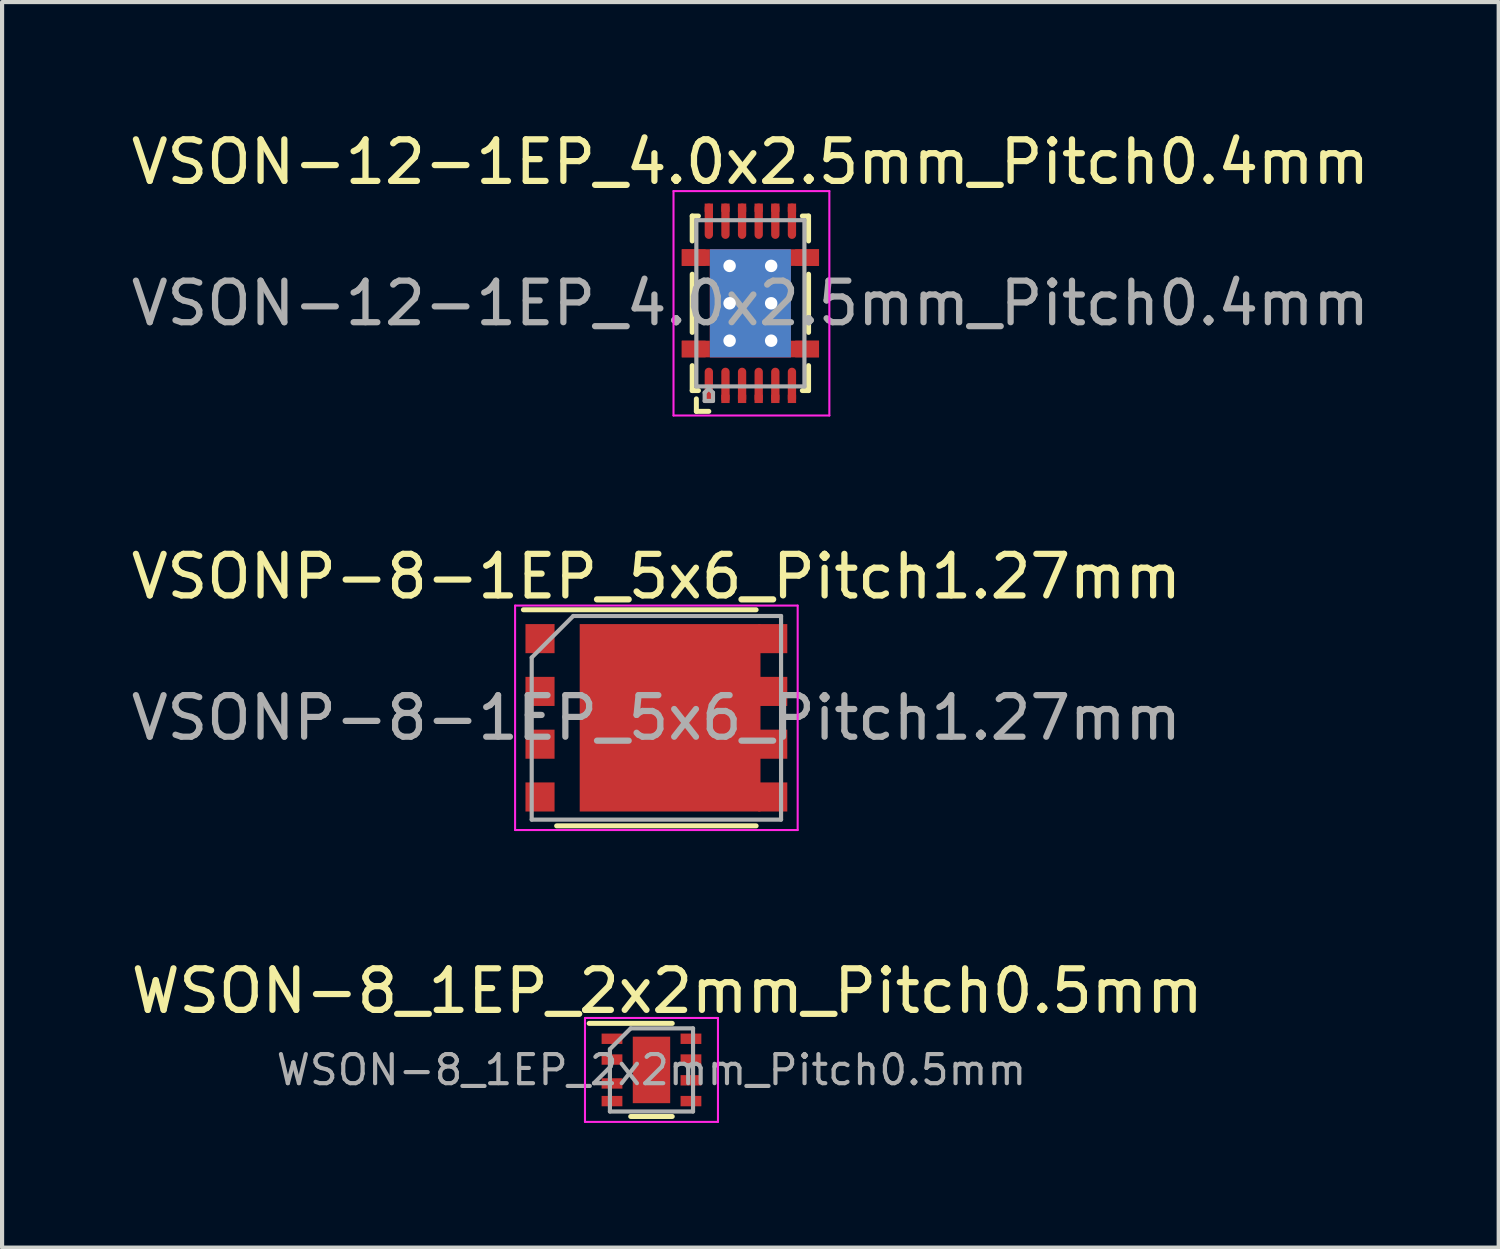
<source format=kicad_pcb>
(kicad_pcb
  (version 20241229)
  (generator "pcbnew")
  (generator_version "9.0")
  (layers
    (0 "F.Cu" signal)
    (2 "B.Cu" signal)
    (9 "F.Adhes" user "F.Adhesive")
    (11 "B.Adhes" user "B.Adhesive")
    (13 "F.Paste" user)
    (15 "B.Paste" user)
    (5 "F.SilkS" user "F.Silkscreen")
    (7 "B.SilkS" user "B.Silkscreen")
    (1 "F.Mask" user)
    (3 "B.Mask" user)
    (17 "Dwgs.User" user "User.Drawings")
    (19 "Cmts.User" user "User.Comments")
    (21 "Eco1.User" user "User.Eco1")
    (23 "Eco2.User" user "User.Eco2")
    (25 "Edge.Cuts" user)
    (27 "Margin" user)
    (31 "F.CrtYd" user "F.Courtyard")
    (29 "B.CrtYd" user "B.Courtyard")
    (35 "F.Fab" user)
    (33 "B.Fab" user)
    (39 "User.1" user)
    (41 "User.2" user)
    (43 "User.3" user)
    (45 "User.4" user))
  (footprint "WSON-8_1EP_2x2mm_Pitch0.5mm"
    (layer "F.Cu")
    (at 12.626 22.695)
    (property "Reference" "WSON-8_1EP_2x2mm_Pitch0.5mm" (at 0.38 -1.9 0) (layer "F.SilkS") (effects (font (size 1 1) (thickness 0.15))))
    (attr smd)
    (fp_line (start -1.5 -1.12) (end 0.5 -1.12) (stroke (width 0.12) (type solid)) (layer "F.SilkS"))
    (fp_line (start 0.5 1.12) (end -0.5 1.12) (stroke (width 0.12) (type solid)) (layer "F.SilkS"))
    (fp_line (start -1.6 -1.25) (end -1.6 1.25) (stroke (width 0.05) (type solid)) (layer "F.CrtYd"))
    (fp_line (start -1.6 -1.25) (end 1.6 -1.25) (stroke (width 0.05) (type solid)) (layer "F.CrtYd"))
    (fp_line (start -1.6 1.25) (end 1.6 1.25) (stroke (width 0.05) (type solid)) (layer "F.CrtYd"))
    (fp_line (start 1.6 -1.25) (end 1.6 1.25) (stroke (width 0.05) (type solid)) (layer "F.CrtYd"))
    (fp_line (start -1 1) (end -1 -0.5) (stroke (width 0.1) (type solid)) (layer "F.Fab"))
    (fp_line (start -0.5 -1) (end -1 -0.5) (stroke (width 0.1) (type solid)) (layer "F.Fab"))
    (fp_line (start -0.5 -1) (end 1 -1) (stroke (width 0.1) (type solid)) (layer "F.Fab"))
    (fp_line (start 1 -1) (end 1 1) (stroke (width 0.1) (type solid)) (layer "F.Fab"))
    (fp_line (start 1 1) (end -1 1) (stroke (width 0.1) (type solid)) (layer "F.Fab"))
    (fp_text user "${REFERENCE}" (at 0 0 0) (layer "F.Fab") (effects (font (size 0.7 0.7) (thickness 0.1))))
    (pad "1" smd rect (at -0.95 -0.75) (size 0.5 0.25) (layers "F.Cu" "F.Mask" "F.Paste"))
    (pad "2" smd rect (at -0.95 -0.25) (size 0.5 0.25) (layers "F.Cu" "F.Mask" "F.Paste"))
    (pad "3" smd rect (at -0.95 0.325) (size 0.5 0.25) (layers "F.Cu" "F.Mask" "F.Paste"))
    (pad "4" smd rect (at -0.95 0.75) (size 0.5 0.25) (layers "F.Cu" "F.Mask" "F.Paste"))
    (pad "5" smd rect (at 0.95 0.75) (size 0.5 0.25) (layers "F.Cu" "F.Mask" "F.Paste"))
    (pad "6" smd rect (at 0.95 0.25) (size 0.5 0.25) (layers "F.Cu" "F.Mask" "F.Paste"))
    (pad "7" smd rect (at 0.95 -0.25) (size 0.5 0.25) (layers "F.Cu" "F.Mask" "F.Paste"))
    (pad "8" smd rect (at 0.95 -0.75) (size 0.5 0.25) (layers "F.Cu" "F.Mask" "F.Paste"))
    (pad "9" smd rect (at 0 0) (size 0.9 1.6) (layers "F.Cu" "F.Mask")))
  (footprint "VSON-12-1EP_4.0x2.5mm_Pitch0.4mm"
    (layer "F.Cu")
    (at 15.006 4.248)
    (property "Reference" "VSON-12-1EP_4.0x2.5mm_Pitch0.4mm" (at 0 -3.4 0) (layer "F.SilkS") (effects (font (size 1 1) (thickness 0.15))))
    (attr smd)
    (fp_line (start -1.4 -2.1) (end -1.25 -2.1) (stroke (width 0.12) (type solid)) (layer "F.SilkS"))
    (fp_line (start -1.4 -1.5) (end -1.4 -2.1) (stroke (width 0.12) (type solid)) (layer "F.SilkS"))
    (fp_line (start -1.4 -0.7) (end -1.4 0.7) (stroke (width 0.12) (type solid)) (layer "F.SilkS"))
    (fp_line (start -1.4 1.5) (end -1.4 2.1) (stroke (width 0.12) (type solid)) (layer "F.SilkS"))
    (fp_line (start -1.4 2.1) (end -1.25 2.1) (stroke (width 0.12) (type solid)) (layer "F.SilkS"))
    (fp_line (start -1.3 2.3) (end -1.3 2.6) (stroke (width 0.12) (type solid)) (layer "F.SilkS"))
    (fp_line (start -1.3 2.6) (end -1 2.6) (stroke (width 0.12) (type solid)) (layer "F.SilkS"))
    (fp_line (start 1.4 -2.1) (end 1.25 -2.1) (stroke (width 0.12) (type solid)) (layer "F.SilkS"))
    (fp_line (start 1.4 -2.1) (end 1.4 -1.5) (stroke (width 0.12) (type solid)) (layer "F.SilkS"))
    (fp_line (start 1.4 -0.7) (end 1.4 0.7) (stroke (width 0.12) (type solid)) (layer "F.SilkS"))
    (fp_line (start 1.4 1.5) (end 1.4 2.1) (stroke (width 0.12) (type solid)) (layer "F.SilkS"))
    (fp_line (start 1.4 2.1) (end 1.25 2.1) (stroke (width 0.12) (type solid)) (layer "F.SilkS"))
    (fp_line (start -1.85 -2.7) (end 1.9 -2.7) (stroke (width 0.05) (type solid)) (layer "F.CrtYd"))
    (fp_line (start -1.85 2.7) (end -1.85 -2.7) (stroke (width 0.05) (type solid)) (layer "F.CrtYd"))
    (fp_line (start 1.9 -2.7) (end 1.9 2.7) (stroke (width 0.05) (type solid)) (layer "F.CrtYd"))
    (fp_line (start 1.9 2.7) (end -1.85 2.7) (stroke (width 0.05) (type solid)) (layer "F.CrtYd"))
    (fp_line (start -1.3 2) (end -1.3 -2) (stroke (width 0.1) (type solid)) (layer "F.Fab"))
    (fp_line (start -1.3 2) (end 1.3 2) (stroke (width 0.1) (type solid)) (layer "F.Fab"))
    (fp_line (start -1.1 2.15) (end -1.1 2.35) (stroke (width 0.1) (type solid)) (layer "F.Fab"))
    (fp_line (start -1.1 2.35) (end -0.9 2.35) (stroke (width 0.1) (type solid)) (layer "F.Fab"))
    (fp_line (start -1 2.05) (end -1.1 2.15) (stroke (width 0.1) (type solid)) (layer "F.Fab"))
    (fp_line (start -0.9 2.15) (end -1 2.05) (stroke (width 0.1) (type solid)) (layer "F.Fab"))
    (fp_line (start -0.9 2.35) (end -0.9 2.15) (stroke (width 0.1) (type solid)) (layer "F.Fab"))
    (fp_line (start 1.3 -2) (end -1.3 -2) (stroke (width 0.1) (type solid)) (layer "F.Fab"))
    (fp_line (start 1.3 2) (end 1.3 -2) (stroke (width 0.1) (type solid)) (layer "F.Fab"))
    (fp_text user "${REFERENCE}" (at 0 0 0) (layer "F.Fab") (effects (font (size 1 1) (thickness 0.15))))
    (pad "1" smd oval (at -1 1.975 90) (size 0.85 0.2) (layers "F.Cu" "F.Mask" "F.Paste"))
    (pad "1" smd rect (at -1 2.3 90) (size 0.2 0.2) (layers "F.Cu" "F.Mask" "F.Paste"))
    (pad "2" smd oval (at -0.6 1.975 90) (size 0.85 0.2) (layers "F.Cu" "F.Mask" "F.Paste"))
    (pad "2" smd rect (at -0.6 2.3 90) (size 0.2 0.2) (layers "F.Cu" "F.Mask" "F.Paste"))
    (pad "3" smd oval (at -0.2 1.975 90) (size 0.85 0.2) (layers "F.Cu" "F.Mask" "F.Paste"))
    (pad "3" smd rect (at -0.2 2.3 90) (size 0.2 0.2) (layers "F.Cu" "F.Mask" "F.Paste"))
    (pad "4" smd oval (at 0.2 1.975 90) (size 0.85 0.2) (layers "F.Cu" "F.Mask" "F.Paste"))
    (pad "4" smd rect (at 0.2 2.3 90) (size 0.2 0.2) (layers "F.Cu" "F.Mask" "F.Paste"))
    (pad "5" smd oval (at 0.6 1.975 90) (size 0.85 0.2) (layers "F.Cu" "F.Mask" "F.Paste"))
    (pad "5" smd rect (at 0.6 2.3 90) (size 0.2 0.2) (layers "F.Cu" "F.Mask" "F.Paste"))
    (pad "6" smd oval (at 1 1.975 90) (size 0.85 0.2) (layers "F.Cu" "F.Mask" "F.Paste"))
    (pad "6" smd rect (at 1 2.3 90) (size 0.2 0.2) (layers "F.Cu" "F.Mask" "F.Paste"))
    (pad "7" smd rect (at 1 -2.3 90) (size 0.2 0.2) (layers "F.Cu" "F.Mask" "F.Paste"))
    (pad "7" smd oval (at 1 -1.975 90) (size 0.85 0.2) (layers "F.Cu" "F.Mask" "F.Paste"))
    (pad "8" smd rect (at 0.6 -2.3 90) (size 0.2 0.2) (layers "F.Cu" "F.Mask" "F.Paste"))
    (pad "8" smd oval (at 0.6 -1.975 90) (size 0.85 0.2) (layers "F.Cu" "F.Mask" "F.Paste"))
    (pad "9" smd rect (at 0.2 -2.3 90) (size 0.2 0.2) (layers "F.Cu" "F.Mask" "F.Paste"))
    (pad "9" smd oval (at 0.2 -1.975 90) (size 0.85 0.2) (layers "F.Cu" "F.Mask" "F.Paste"))
    (pad "10" smd rect (at -0.2 -2.3 90) (size 0.2 0.2) (layers "F.Cu" "F.Mask" "F.Paste"))
    (pad "10" smd oval (at -0.2 -1.975 90) (size 0.85 0.2) (layers "F.Cu" "F.Mask" "F.Paste"))
    (pad "11" smd rect (at -0.6 -2.3 90) (size 0.2 0.2) (layers "F.Cu" "F.Mask" "F.Paste"))
    (pad "11" smd oval (at -0.6 -1.975 90) (size 0.85 0.2) (layers "F.Cu" "F.Mask" "F.Paste"))
    (pad "12" smd rect (at -1 -2.3 90) (size 0.2 0.2) (layers "F.Cu" "F.Mask" "F.Paste"))
    (pad "12" smd oval (at -1 -1.975 90) (size 0.85 0.2) (layers "F.Cu" "F.Mask" "F.Paste"))
    (pad "13" smd rect (at -1.365 -1.1) (size 0.575 0.4) (layers "F.Cu" "F.Mask" "F.Paste"))
    (pad "13" smd rect (at -1.365 1.1) (size 0.575 0.4) (layers "F.Cu" "F.Mask" "F.Paste"))
    (pad "13" smd rect (at -1.312 -1.1) (size 0.675 0.4) (layers "F.Cu" "F.Mask"))
    (pad "13" smd rect (at -1.312 1.1) (size 0.675 0.4) (layers "F.Cu" "F.Mask"))
    (pad "13" thru_hole circle (at -0.5 -0.9 90) (size 0.5 0.5) (drill 0.3) (layers "*.Cu"))
    (pad "13" thru_hole circle (at -0.5 0 90) (size 0.5 0.5) (drill 0.3) (layers "*.Cu"))
    (pad "13" thru_hole circle (at -0.5 0.9 90) (size 0.5 0.5) (drill 0.3) (layers "*.Cu"))
    (pad "13" smd rect (at -0.487 -0.65 180) (size 0.975 1.3) (layers "F.Cu" "F.Paste"))
    (pad "13" smd rect (at -0.487 0.65 180) (size 0.975 1.3) (layers "F.Cu" "F.Paste"))
    (pad "13" smd rect (at 0 0) (size 1.95 2.6) (layers "F.Cu" "F.Mask"))
    (pad "13" smd rect (at 0 0) (size 1.95 2.6) (layers "F.Mask" "B.Cu"))
    (pad "13" smd rect (at 0.487 -0.65 180) (size 0.975 1.3) (layers "F.Cu" "F.Paste"))
    (pad "13" smd rect (at 0.487 0.65 180) (size 0.975 1.3) (layers "F.Cu" "F.Paste"))
    (pad "13" thru_hole circle (at 0.5 -0.9 90) (size 0.5 0.5) (drill 0.3) (layers "*.Cu"))
    (pad "13" thru_hole circle (at 0.5 0 90) (size 0.5 0.5) (drill 0.3) (layers "*.Cu"))
    (pad "13" thru_hole circle (at 0.5 0.9 90) (size 0.5 0.5) (drill 0.3) (layers "*.Cu"))
    (pad "13" smd rect (at 1.312 -1.1) (size 0.675 0.4) (layers "F.Cu" "F.Mask"))
    (pad "13" smd rect (at 1.312 1.1) (size 0.675 0.4) (layers "F.Cu" "F.Mask"))
    (pad "13" smd rect (at 1.365 -1.1) (size 0.575 0.4) (layers "F.Cu" "F.Mask" "F.Paste"))
    (pad "13" smd rect (at 1.365 1.1) (size 0.575 0.4) (layers "F.Cu" "F.Mask" "F.Paste")))
  (footprint "VSONP-8-1EP_5x6_Pitch1.27mm"
    (layer "F.Cu")
    (at 12.744 14.222)
    (property "Reference" "VSONP-8-1EP_5x6_Pitch1.27mm" (at 0 -3.4 0) (layer "F.SilkS") (effects (font (size 1 1) (thickness 0.15))))
    (attr smd)
    (fp_line (start 2.4 -2.6) (end -3.2 -2.6) (stroke (width 0.12) (type solid)) (layer "F.SilkS"))
    (fp_line (start 2.4 2.6) (end -2.4 2.6) (stroke (width 0.12) (type solid)) (layer "F.SilkS"))
    (fp_line (start -3.4 -2.7) (end 3.4 -2.7) (stroke (width 0.05) (type solid)) (layer "F.CrtYd"))
    (fp_line (start -3.4 2.7) (end -3.4 -2.7) (stroke (width 0.05) (type solid)) (layer "F.CrtYd"))
    (fp_line (start 3.4 -2.7) (end 3.4 2.7) (stroke (width 0.05) (type solid)) (layer "F.CrtYd"))
    (fp_line (start 3.4 2.7) (end -3.4 2.7) (stroke (width 0.05) (type solid)) (layer "F.CrtYd"))
    (fp_line (start -3 -1.45) (end -3 2.45) (stroke (width 0.1) (type solid)) (layer "F.Fab"))
    (fp_line (start -2 -2.45) (end -3 -1.45) (stroke (width 0.1) (type solid)) (layer "F.Fab"))
    (fp_line (start -2 -2.45) (end 3 -2.45) (stroke (width 0.1) (type solid)) (layer "F.Fab"))
    (fp_line (start 3 -2.45) (end 3 2.45) (stroke (width 0.1) (type solid)) (layer "F.Fab"))
    (fp_line (start 3 2.45) (end -3 2.45) (stroke (width 0.1) (type solid)) (layer "F.Fab"))
    (fp_text user "${REFERENCE}" (at 0 0 0) (layer "F.Fab") (effects (font (size 1 1) (thickness 0.15))))
    (pad "" smd rect (at -0.797 -1.095) (size 1.235 1.57) (layers "F.Paste"))
    (pad "" smd rect (at -0.797 1.095) (size 1.235 1.57) (layers "F.Paste"))
    (pad "" smd rect (at 1.113 -1.095) (size 1.585 1.57) (layers "F.Paste"))
    (pad "" smd rect (at 1.113 1.095) (size 1.585 1.57) (layers "F.Paste"))
    (pad "1" smd rect (at -2.8 -1.905) (size 0.7 0.7) (layers "F.Cu" "F.Mask" "F.Paste"))
    (pad "1" smd rect (at -2.8 -0.635) (size 0.7 0.7) (layers "F.Cu" "F.Mask" "F.Paste"))
    (pad "1" smd rect (at -2.8 0.635) (size 0.7 0.7) (layers "F.Cu" "F.Mask" "F.Paste"))
    (pad "2" smd rect (at -2.8 1.905) (size 0.7 0.7) (layers "F.Cu" "F.Mask" "F.Paste"))
    (pad "3" smd rect (at 0.33 0) (size 4.35 4.51) (layers "F.Cu" "F.Mask"))
    (pad "3" smd rect (at 2.8 -1.905) (size 0.7 0.7) (layers "F.Cu" "F.Mask" "F.Paste"))
    (pad "3" smd rect (at 2.8 -0.635) (size 0.7 0.7) (layers "F.Cu" "F.Mask" "F.Paste"))
    (pad "3" smd rect (at 2.8 0.635) (size 0.7 0.7) (layers "F.Cu" "F.Mask" "F.Paste"))
    (pad "3" smd rect (at 2.8 1.905) (size 0.7 0.7) (layers "F.Cu" "F.Mask" "F.Paste")))
  (gr_rect
    (start -3 -3)
    (end 33.012 26.97)
    (stroke (width 0.1) (type default))
    (fill no)
    (layer "Edge.Cuts")))
</source>
